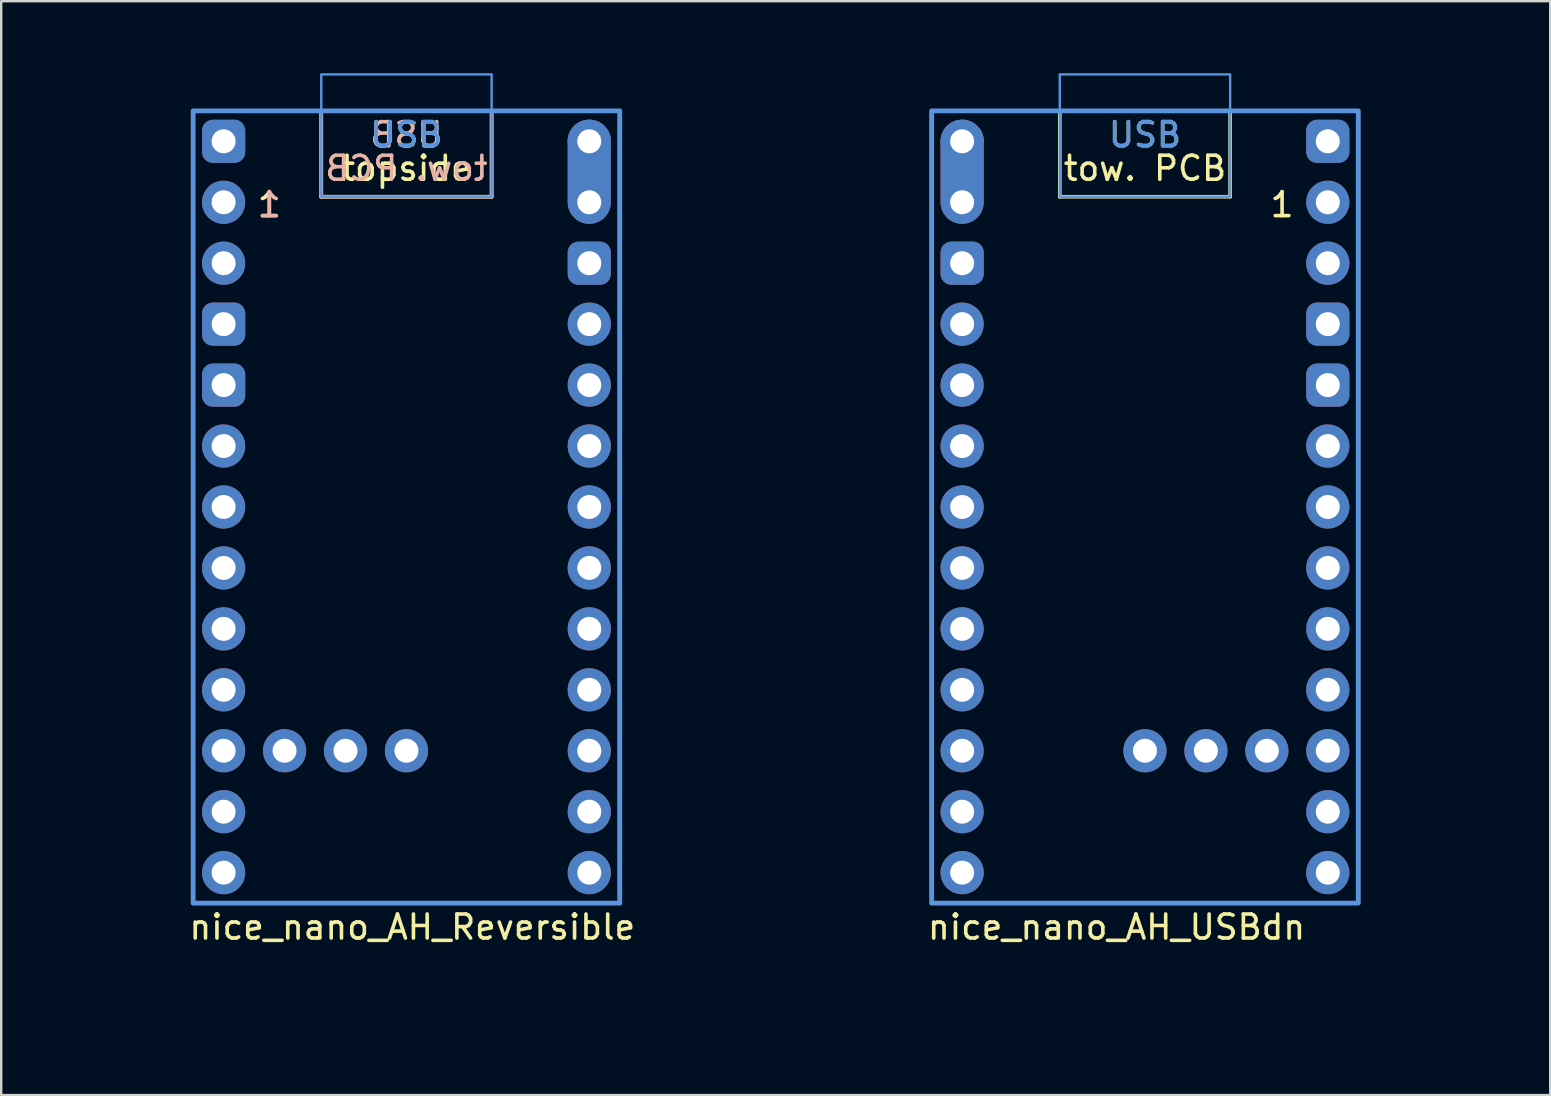
<source format=kicad_pcb>
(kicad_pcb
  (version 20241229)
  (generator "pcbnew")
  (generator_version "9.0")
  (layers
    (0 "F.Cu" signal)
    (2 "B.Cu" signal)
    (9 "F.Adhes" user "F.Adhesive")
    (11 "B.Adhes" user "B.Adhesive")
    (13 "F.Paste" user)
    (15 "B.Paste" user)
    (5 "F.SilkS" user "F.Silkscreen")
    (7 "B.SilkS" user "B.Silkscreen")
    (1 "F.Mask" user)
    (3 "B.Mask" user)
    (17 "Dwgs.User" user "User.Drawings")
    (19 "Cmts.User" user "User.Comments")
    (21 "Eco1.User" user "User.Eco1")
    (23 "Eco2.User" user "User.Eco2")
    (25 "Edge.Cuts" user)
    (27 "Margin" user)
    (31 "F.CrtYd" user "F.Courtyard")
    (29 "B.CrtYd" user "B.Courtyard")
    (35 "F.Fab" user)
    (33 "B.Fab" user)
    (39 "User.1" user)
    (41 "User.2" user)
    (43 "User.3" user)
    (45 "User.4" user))
  (footprint "nice_nano_AH_Reversible"
    (layer "F.Cu")
    (at 13.89 19.35)
    (property "Reference" "nice_nano_AH_Reversible" (at -9.14 16.24 0) (layer "F.SilkS") (effects (font (size 1 1) (thickness 0.15)) (justify left)))
    (attr through_hole exclude_from_pos_files exclude_from_bom)
    (fp_line (start -3.55 -14.2) (end -3.55 -17.78) (stroke (width 0.15) (type default)) (layer "F.SilkS"))
    (fp_line (start 3.55 -14.2) (end -3.55 -14.2) (stroke (width 0.15) (type default)) (layer "F.SilkS"))
    (fp_line (start 3.55 -14.2) (end 3.55 -17.78) (stroke (width 0.15) (type default)) (layer "F.SilkS"))
    (fp_rect (start -8.89 -17.78) (end 8.89 15.24) (stroke (width 0.15) (type solid)) (fill no) (layer "F.SilkS"))
    (fp_line (start -3.55 -14.2) (end -3.55 -17.78) (stroke (width 0.15) (type default)) (layer "B.SilkS"))
    (fp_line (start -3.55 -14.2) (end 3.55 -14.2) (stroke (width 0.15) (type default)) (layer "B.SilkS"))
    (fp_line (start 3.55 -14.2) (end 3.55 -17.78) (stroke (width 0.15) (type default)) (layer "B.SilkS"))
    (fp_rect (start 8.89 -17.78) (end -8.89 15.24) (stroke (width 0.15) (type solid)) (fill no) (layer "B.SilkS"))
    (fp_rect (start -3.55 -19.3) (end 3.55 -14.2) (stroke (width 0.1) (type default)) (fill no) (layer "Cmts.User"))
    (fp_rect (start 8.89 -17.78) (end -8.89 15.24) (stroke (width 0.2) (type solid)) (fill no) (layer "Cmts.User"))
    (fp_text user "1" (at -5.715 -13.283 0) (layer "F.SilkS") (effects (font (size 1 1) (thickness 0.15)) (justify bottom)))
    (fp_text user "USB" (at 0 -16.2 0) (unlocked yes) (layer "F.SilkS") (effects (font (size 1 1) (thickness 0.15)) (justify bottom)))
    (fp_text user "topside" (at 0 -14.8 0) (unlocked yes) (layer "F.SilkS") (effects (font (size 1 1) (thickness 0.15)) (justify bottom)))
    (fp_text user "USB" (at 0 -16.2 0) (unlocked yes) (layer "B.SilkS") (effects (font (size 1 1) (thickness 0.15)) (justify bottom mirror)))
    (fp_text user "tow. PCB" (at 0 -14.8 0) (unlocked yes) (layer "B.SilkS") (effects (font (size 1 1) (thickness 0.15)) (justify bottom mirror)))
    (fp_text user "1" (at -5.715 -13.283 0) (layer "B.SilkS") (effects (font (size 1 1) (thickness 0.15)) (justify bottom mirror)))
    (fp_text user "USB" (at 0 -16.2 0) (layer "Cmts.User") (effects (font (size 1 1) (thickness 0.15)) (justify bottom)))
    (pad "1" thru_hole circle (at -7.62 -13.97) (size 1.8 1.8) (drill 1) (layers "*.Cu" "*.Mask"))
    (pad "2" thru_hole circle (at -7.62 -11.43) (size 1.8 1.8) (drill 1) (layers "*.Cu" "*.Mask"))
    (pad "3" thru_hole roundrect (at -7.62 -8.89) (size 1.8 1.8) (drill 1) (layers "*.Cu" "*.Mask") (roundrect_rratio 0.25))
    (pad "4" thru_hole roundrect (at -7.62 -6.35) (size 1.8 1.8) (drill 1) (layers "*.Cu" "*.Mask") (roundrect_rratio 0.25))
    (pad "5" thru_hole circle (at -7.62 -3.81) (size 1.8 1.8) (drill 1) (layers "*.Cu" "*.Mask"))
    (pad "6" thru_hole circle (at -7.62 -1.27) (size 1.8 1.8) (drill 1) (layers "*.Cu" "*.Mask"))
    (pad "7" thru_hole circle (at -7.62 1.27) (size 1.8 1.8) (drill 1) (layers "*.Cu" "*.Mask"))
    (pad "8" thru_hole circle (at -7.62 3.81) (size 1.8 1.8) (drill 1) (layers "*.Cu" "*.Mask"))
    (pad "9" thru_hole circle (at -7.62 6.35) (size 1.8 1.8) (drill 1) (layers "*.Cu" "*.Mask"))
    (pad "10" thru_hole circle (at -7.62 8.89) (size 1.8 1.8) (drill 1) (layers "*.Cu" "*.Mask"))
    (pad "11" thru_hole circle (at -7.62 11.43) (size 1.8 1.8) (drill 1) (layers "*.Cu" "*.Mask"))
    (pad "12" thru_hole circle (at -7.62 13.97) (size 1.8 1.8) (drill 1) (layers "*.Cu" "*.Mask"))
    (pad "13" thru_hole oval (at 7.62 -13.97) (size 1.8 4.34) (drill 1 (offset 0 -1.27)) (layers "*.Cu" "*.Mask"))
    (pad "14" thru_hole roundrect (at 7.62 -11.43) (size 1.8 1.8) (drill 1) (layers "*.Cu" "*.Mask") (roundrect_rratio 0.25))
    (pad "15" thru_hole circle (at 7.62 -8.89) (size 1.8 1.8) (drill 1) (layers "*.Cu" "*.Mask"))
    (pad "16" thru_hole circle (at 7.62 -6.35) (size 1.8 1.8) (drill 1) (layers "*.Cu" "*.Mask"))
    (pad "17" thru_hole circle (at 7.62 -3.81) (size 1.8 1.8) (drill 1) (layers "*.Cu" "*.Mask"))
    (pad "18" thru_hole circle (at 7.62 -1.27) (size 1.8 1.8) (drill 1) (layers "*.Cu" "*.Mask"))
    (pad "19" thru_hole circle (at 7.62 1.27) (size 1.8 1.8) (drill 1) (layers "*.Cu" "*.Mask"))
    (pad "20" thru_hole circle (at 7.62 3.81) (size 1.8 1.8) (drill 1) (layers "*.Cu" "*.Mask"))
    (pad "21" thru_hole circle (at 7.62 6.35) (size 1.8 1.8) (drill 1) (layers "*.Cu" "*.Mask"))
    (pad "22" thru_hole circle (at 7.62 8.89) (size 1.8 1.8) (drill 1) (layers "*.Cu" "*.Mask"))
    (pad "23" thru_hole circle (at 7.62 11.43) (size 1.8 1.8) (drill 1) (layers "*.Cu" "*.Mask"))
    (pad "24" thru_hole circle (at 7.62 13.97) (size 1.8 1.8) (drill 1) (layers "*.Cu" "*.Mask"))
    (pad "25" thru_hole circle (at -5.08 8.89) (size 1.8 1.8) (drill 1) (layers "*.Cu" "*.Mask"))
    (pad "26" thru_hole circle (at -2.54 8.89) (size 1.8 1.8) (drill 1) (layers "*.Cu" "*.Mask"))
    (pad "27" thru_hole circle (at 0 8.89) (size 1.8 1.8) (drill 1) (layers "*.Cu" "*.Mask"))
    (pad "28" thru_hole roundrect (at -7.62 -16.51) (size 1.8 1.8) (drill 1) (layers "*.Cu" "*.Mask") (roundrect_rratio 0.25))
    (pad "29" thru_hole circle (at 7.62 -16.51) (size 1.8 1.8) (drill 1) (layers "*.Cu" "*.Mask"))
    (zone (net_name "") (layers "F.Cu" "B.Cu") (name "ANT") (hatch edge 0.5) (connect_pads) (min_thickness 0.25) (filled_areas_thickness no) (keepout (tracks allowed) (vias allowed) (pads allowed) (copperpour not_allowed) (footprints allowed)) (placement (enabled no)) (fill) (polygon (pts (xy 0 29.51) (xy 27.78 29.51) (xy 27.78 39.59) (xy 0 39.59)))))
  (footprint "nice_nano_AH_USBdn"
    (layer "F.Cu")
    (at 44.67 19.35)
    (property "Reference" "nice_nano_AH_USBdn" (at -9.14 16.24 0) (layer "F.SilkS") (effects (font (size 1 1) (thickness 0.15)) (justify left)))
    (attr through_hole exclude_from_pos_files exclude_from_bom)
    (fp_line (start -3.55 -14.2) (end -3.55 -17.78) (stroke (width 0.15) (type default)) (layer "F.SilkS"))
    (fp_line (start 3.55 -14.2) (end -3.55 -14.2) (stroke (width 0.15) (type default)) (layer "F.SilkS"))
    (fp_line (start 3.55 -14.2) (end 3.55 -17.78) (stroke (width 0.15) (type default)) (layer "F.SilkS"))
    (fp_rect (start -8.89 -17.78) (end 8.89 15.24) (stroke (width 0.15) (type solid)) (fill no) (layer "F.SilkS"))
    (fp_rect (start -3.55 -19.3) (end 3.55 -14.2) (stroke (width 0.1) (type default)) (fill no) (layer "Cmts.User"))
    (fp_rect (start 8.89 -17.78) (end -8.89 15.24) (stroke (width 0.2) (type solid)) (fill no) (layer "Cmts.User"))
    (fp_text user "1" (at 5.715 -13.283 0) (layer "F.SilkS") (effects (font (size 1 1) (thickness 0.15)) (justify bottom)))
    (fp_text user "tow. PCB" (at 0 -14.8 0) (unlocked yes) (layer "F.SilkS") (effects (font (size 1 1) (thickness 0.15)) (justify bottom)))
    (fp_text user "USB" (at 0 -16.2 0) (unlocked yes) (layer "F.SilkS") (effects (font (size 1 1) (thickness 0.15)) (justify bottom)))
    (fp_text user "USB" (at 0 -16.2 0) (layer "Cmts.User") (effects (font (size 1 1) (thickness 0.15)) (justify bottom)))
    (pad "1" thru_hole circle (at 7.62 -13.97) (size 1.8 1.8) (drill 1) (layers "*.Cu" "B.Mask"))
    (pad "2" thru_hole circle (at 7.62 -11.43) (size 1.8 1.8) (drill 1) (layers "*.Cu" "B.Mask"))
    (pad "3" thru_hole roundrect (at 7.62 -8.89) (size 1.8 1.8) (drill 1) (layers "*.Cu" "B.Mask") (roundrect_rratio 0.25))
    (pad "4" thru_hole roundrect (at 7.62 -6.35) (size 1.8 1.8) (drill 1) (layers "*.Cu" "B.Mask") (roundrect_rratio 0.25))
    (pad "5" thru_hole circle (at 7.62 -3.81) (size 1.8 1.8) (drill 1) (layers "*.Cu" "B.Mask"))
    (pad "6" thru_hole circle (at 7.62 -1.27) (size 1.8 1.8) (drill 1) (layers "*.Cu" "B.Mask"))
    (pad "7" thru_hole circle (at 7.62 1.27) (size 1.8 1.8) (drill 1) (layers "*.Cu" "B.Mask"))
    (pad "8" thru_hole circle (at 7.62 3.81) (size 1.8 1.8) (drill 1) (layers "*.Cu" "B.Mask"))
    (pad "9" thru_hole circle (at 7.62 6.35) (size 1.8 1.8) (drill 1) (layers "*.Cu" "B.Mask"))
    (pad "10" thru_hole circle (at 7.62 8.89) (size 1.8 1.8) (drill 1) (layers "*.Cu" "B.Mask"))
    (pad "11" thru_hole circle (at 7.62 11.43) (size 1.8 1.8) (drill 1) (layers "*.Cu" "B.Mask"))
    (pad "12" thru_hole circle (at 7.62 13.97) (size 1.8 1.8) (drill 1) (layers "*.Cu" "B.Mask"))
    (pad "13" thru_hole oval (at -7.62 -13.97) (size 1.8 4.34) (drill 1 (offset 0 -1.27)) (layers "*.Cu" "B.Mask"))
    (pad "14" thru_hole roundrect (at -7.62 -11.43) (size 1.8 1.8) (drill 1) (layers "*.Cu" "B.Mask") (roundrect_rratio 0.25))
    (pad "15" thru_hole circle (at -7.62 -8.89) (size 1.8 1.8) (drill 1) (layers "*.Cu" "B.Mask"))
    (pad "16" thru_hole circle (at -7.62 -6.35) (size 1.8 1.8) (drill 1) (layers "*.Cu" "B.Mask"))
    (pad "17" thru_hole circle (at -7.62 -3.81) (size 1.8 1.8) (drill 1) (layers "*.Cu" "B.Mask"))
    (pad "18" thru_hole circle (at -7.62 -1.27) (size 1.8 1.8) (drill 1) (layers "*.Cu" "B.Mask"))
    (pad "19" thru_hole circle (at -7.62 1.27) (size 1.8 1.8) (drill 1) (layers "*.Cu" "B.Mask"))
    (pad "20" thru_hole circle (at -7.62 3.81) (size 1.8 1.8) (drill 1) (layers "*.Cu" "B.Mask"))
    (pad "21" thru_hole circle (at -7.62 6.35) (size 1.8 1.8) (drill 1) (layers "*.Cu" "B.Mask"))
    (pad "22" thru_hole circle (at -7.62 8.89) (size 1.8 1.8) (drill 1) (layers "*.Cu" "B.Mask"))
    (pad "23" thru_hole circle (at -7.62 11.43) (size 1.8 1.8) (drill 1) (layers "*.Cu" "B.Mask"))
    (pad "24" thru_hole circle (at -7.62 13.97) (size 1.8 1.8) (drill 1) (layers "*.Cu" "B.Mask"))
    (pad "25" thru_hole circle (at 5.08 8.89) (size 1.8 1.8) (drill 1) (layers "*.Cu" "B.Mask"))
    (pad "26" thru_hole circle (at 2.54 8.89) (size 1.8 1.8) (drill 1) (layers "*.Cu" "B.Mask"))
    (pad "27" thru_hole circle (at 0 8.89) (size 1.8 1.8) (drill 1) (layers "*.Cu" "B.Mask"))
    (pad "28" thru_hole roundrect (at 7.62 -16.51) (size 1.8 1.8) (drill 1) (layers "*.Cu" "B.Mask") (roundrect_rratio 0.25))
    (pad "29" thru_hole circle (at -7.62 -16.51) (size 1.8 1.8) (drill 1) (layers "*.Cu" "B.Mask"))
    (zone (net_name "") (layers "F.Cu" "B.Cu") (name "ANT") (hatch edge 0.5) (connect_pads) (min_thickness 0.25) (filled_areas_thickness no) (keepout (tracks allowed) (vias allowed) (pads allowed) (copperpour not_allowed) (footprints allowed)) (placement (enabled no)) (fill) (polygon (pts (xy 30.78 29.51) (xy 58.56 29.51) (xy 58.56 39.59) (xy 30.78 39.59)))))
  (gr_rect
    (start -3 -3)
    (end 61.56 42.59)
    (stroke (width 0.1) (type default))
    (fill no)
    (layer "Edge.Cuts")))
</source>
